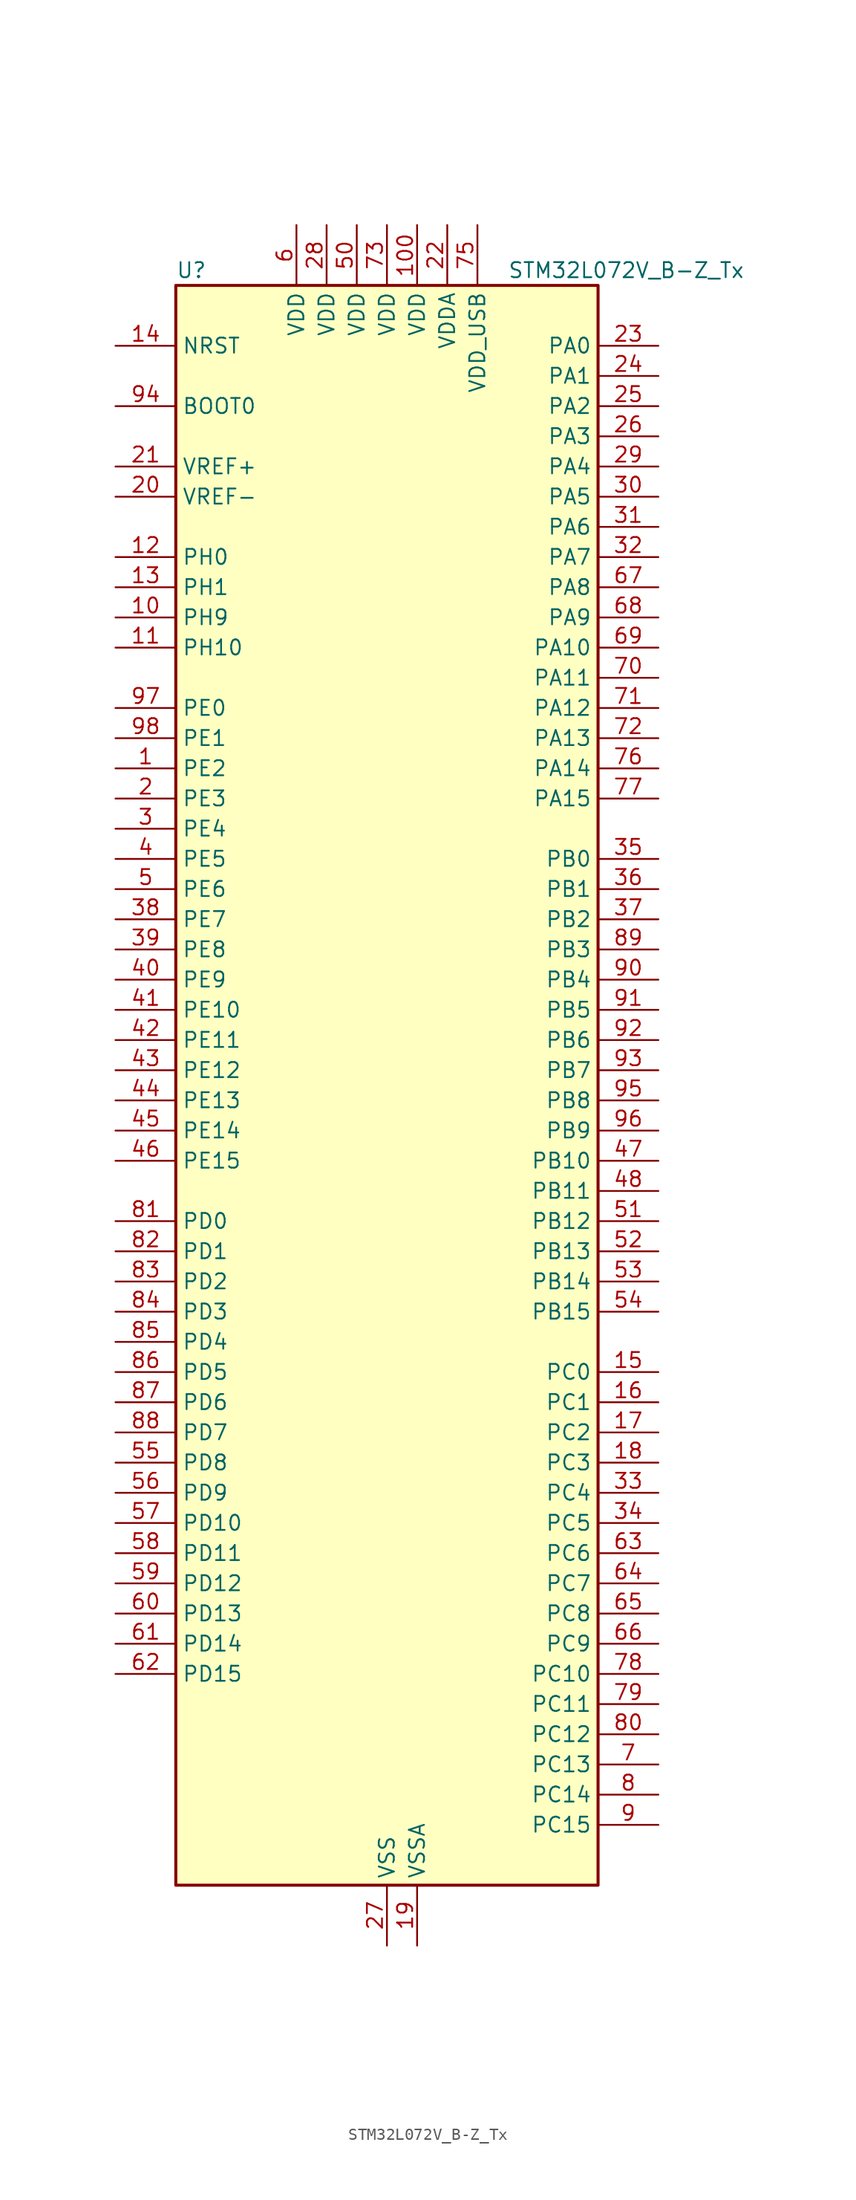
<source format=kicad_sym>
(kicad_symbol_lib
  (version 20241209)
  (generator "kicad_symbol_editor")
  (generator_version "9.0")
  (symbol "STM32L072V_B-Z_Tx"
    (property "Reference" "U"
      (at -17.78 69.85 0)
      (effects (font (size 1.27 1.27)) (justify left)))
    (property "Value" "STM32L072V_B-Z_Tx"
      (at 10.16 69.85 0)
      (effects (font (size 1.27 1.27)) (justify left)))
    (symbol "STM32L072V_B-Z_Tx_0_1"
      (rectangle (start -17.78 -66.04) (end 17.78 68.58) (stroke (width 0.254) (type default)) (fill (type background))))
    (symbol "STM32L072V_B-Z_Tx_1_1"
      (pin input line (at -22.86 63.5 0) (length 5.08) (name "NRST" (effects (font (size 1.27 1.27)))) (number "14" (effects (font (size 1.27 1.27)))))
      (pin input line (at -22.86 58.42 0) (length 5.08) (name "BOOT0" (effects (font (size 1.27 1.27)))) (number "94" (effects (font (size 1.27 1.27)))))
      (pin input line (at -22.86 53.34 0) (length 5.08) (name "VREF+" (effects (font (size 1.27 1.27)))) (number "21" (effects (font (size 1.27 1.27)))))
      (pin input line (at -22.86 50.8 0) (length 5.08) (name "VREF-" (effects (font (size 1.27 1.27)))) (number "20" (effects (font (size 1.27 1.27)))))
      (pin bidirectional line (at -22.86 45.72 0) (length 5.08) (name "PH0" (effects (font (size 1.27 1.27)))) (number "12" (effects (font (size 1.27 1.27)))) (alternate "CRS_SYNC" bidirectional line) (alternate "RCC_OSC_IN" bidirectional line))
      (pin bidirectional line (at -22.86 43.18 0) (length 5.08) (name "PH1" (effects (font (size 1.27 1.27)))) (number "13" (effects (font (size 1.27 1.27)))) (alternate "RCC_OSC_OUT" bidirectional line))
      (pin bidirectional line (at -22.86 40.64 0) (length 5.08) (name "PH9" (effects (font (size 1.27 1.27)))) (number "10" (effects (font (size 1.27 1.27)))) (alternate "DAC_EXTI9" bidirectional line))
      (pin bidirectional line (at -22.86 38.1 0) (length 5.08) (name "PH10" (effects (font (size 1.27 1.27)))) (number "11" (effects (font (size 1.27 1.27)))))
      (pin bidirectional line (at -22.86 33.02 0) (length 5.08) (name "PE0" (effects (font (size 1.27 1.27)))) (number "97" (effects (font (size 1.27 1.27)))))
      (pin bidirectional line (at -22.86 30.48 0) (length 5.08) (name "PE1" (effects (font (size 1.27 1.27)))) (number "98" (effects (font (size 1.27 1.27)))))
      (pin bidirectional line (at -22.86 27.94 0) (length 5.08) (name "PE2" (effects (font (size 1.27 1.27)))) (number "1" (effects (font (size 1.27 1.27)))) (alternate "TIM3_ETR" bidirectional line))
      (pin bidirectional line (at -22.86 25.4 0) (length 5.08) (name "PE3" (effects (font (size 1.27 1.27)))) (number "2" (effects (font (size 1.27 1.27)))) (alternate "TIM22_CH1" bidirectional line) (alternate "TIM3_CH1" bidirectional line))
      (pin bidirectional line (at -22.86 22.86 0) (length 5.08) (name "PE4" (effects (font (size 1.27 1.27)))) (number "3" (effects (font (size 1.27 1.27)))) (alternate "TIM22_CH2" bidirectional line) (alternate "TIM3_CH2" bidirectional line))
      (pin bidirectional line (at -22.86 20.32 0) (length 5.08) (name "PE5" (effects (font (size 1.27 1.27)))) (number "4" (effects (font (size 1.27 1.27)))) (alternate "TIM21_CH1" bidirectional line) (alternate "TIM3_CH3" bidirectional line))
      (pin bidirectional line (at -22.86 17.78 0) (length 5.08) (name "PE6" (effects (font (size 1.27 1.27)))) (number "5" (effects (font (size 1.27 1.27)))) (alternate "RTC_TAMP3" bidirectional line) (alternate "SYS_WKUP3" bidirectional line) (alternate "TIM21_CH2" bidirectional line) (alternate "TIM3_CH4" bidirectional line))
      (pin bidirectional line (at -22.86 15.24 0) (length 5.08) (name "PE7" (effects (font (size 1.27 1.27)))) (number "38" (effects (font (size 1.27 1.27)))) (alternate "USART5_CK" bidirectional line) (alternate "USART5_DE" bidirectional line) (alternate "USART5_RTS" bidirectional line))
      (pin bidirectional line (at -22.86 12.7 0) (length 5.08) (name "PE8" (effects (font (size 1.27 1.27)))) (number "39" (effects (font (size 1.27 1.27)))) (alternate "USART4_TX" bidirectional line))
      (pin bidirectional line (at -22.86 10.16 0) (length 5.08) (name "PE9" (effects (font (size 1.27 1.27)))) (number "40" (effects (font (size 1.27 1.27)))) (alternate "DAC_EXTI9" bidirectional line) (alternate "TIM2_CH1" bidirectional line) (alternate "TIM2_ETR" bidirectional line) (alternate "USART4_RX" bidirectional line))
      (pin bidirectional line (at -22.86 7.62 0) (length 5.08) (name "PE10" (effects (font (size 1.27 1.27)))) (number "41" (effects (font (size 1.27 1.27)))) (alternate "TIM2_CH2" bidirectional line) (alternate "USART5_TX" bidirectional line))
      (pin bidirectional line (at -22.86 5.08 0) (length 5.08) (name "PE11" (effects (font (size 1.27 1.27)))) (number "42" (effects (font (size 1.27 1.27)))) (alternate "ADC_EXTI11" bidirectional line) (alternate "TIM2_CH3" bidirectional line) (alternate "USART5_RX" bidirectional line))
      (pin bidirectional line (at -22.86 2.54 0) (length 5.08) (name "PE12" (effects (font (size 1.27 1.27)))) (number "43" (effects (font (size 1.27 1.27)))) (alternate "SPI1_NSS" bidirectional line) (alternate "TIM2_CH4" bidirectional line))
      (pin bidirectional line (at -22.86 0 0) (length 5.08) (name "PE13" (effects (font (size 1.27 1.27)))) (number "44" (effects (font (size 1.27 1.27)))) (alternate "SPI1_SCK" bidirectional line))
      (pin bidirectional line (at -22.86 -2.54 0) (length 5.08) (name "PE14" (effects (font (size 1.27 1.27)))) (number "45" (effects (font (size 1.27 1.27)))) (alternate "SPI1_MISO" bidirectional line))
      (pin bidirectional line (at -22.86 -5.08 0) (length 5.08) (name "PE15" (effects (font (size 1.27 1.27)))) (number "46" (effects (font (size 1.27 1.27)))) (alternate "SPI1_MOSI" bidirectional line))
      (pin bidirectional line (at -22.86 -10.16 0) (length 5.08) (name "PD0" (effects (font (size 1.27 1.27)))) (number "81" (effects (font (size 1.27 1.27)))) (alternate "I2S2_WS" bidirectional line) (alternate "SPI2_NSS" bidirectional line) (alternate "TIM21_CH1" bidirectional line))
      (pin bidirectional line (at -22.86 -12.7 0) (length 5.08) (name "PD1" (effects (font (size 1.27 1.27)))) (number "82" (effects (font (size 1.27 1.27)))) (alternate "I2S2_CK" bidirectional line) (alternate "SPI2_SCK" bidirectional line))
      (pin bidirectional line (at -22.86 -15.24 0) (length 5.08) (name "PD2" (effects (font (size 1.27 1.27)))) (number "83" (effects (font (size 1.27 1.27)))) (alternate "LPUART1_DE" bidirectional line) (alternate "LPUART1_RTS" bidirectional line) (alternate "TIM3_ETR" bidirectional line) (alternate "USART5_RX" bidirectional line))
      (pin bidirectional line (at -22.86 -17.78 0) (length 5.08) (name "PD3" (effects (font (size 1.27 1.27)))) (number "84" (effects (font (size 1.27 1.27)))) (alternate "I2S2_MCK" bidirectional line) (alternate "SPI2_MISO" bidirectional line) (alternate "USART2_CTS" bidirectional line))
      (pin bidirectional line (at -22.86 -20.32 0) (length 5.08) (name "PD4" (effects (font (size 1.27 1.27)))) (number "85" (effects (font (size 1.27 1.27)))) (alternate "I2S2_SD" bidirectional line) (alternate "SPI2_MOSI" bidirectional line) (alternate "USART2_DE" bidirectional line) (alternate "USART2_RTS" bidirectional line))
      (pin bidirectional line (at -22.86 -22.86 0) (length 5.08) (name "PD5" (effects (font (size 1.27 1.27)))) (number "86" (effects (font (size 1.27 1.27)))) (alternate "USART2_TX" bidirectional line))
      (pin bidirectional line (at -22.86 -25.4 0) (length 5.08) (name "PD6" (effects (font (size 1.27 1.27)))) (number "87" (effects (font (size 1.27 1.27)))) (alternate "USART2_RX" bidirectional line))
      (pin bidirectional line (at -22.86 -27.94 0) (length 5.08) (name "PD7" (effects (font (size 1.27 1.27)))) (number "88" (effects (font (size 1.27 1.27)))) (alternate "TIM21_CH2" bidirectional line) (alternate "USART2_CK" bidirectional line))
      (pin bidirectional line (at -22.86 -30.48 0) (length 5.08) (name "PD8" (effects (font (size 1.27 1.27)))) (number "55" (effects (font (size 1.27 1.27)))) (alternate "LPUART1_TX" bidirectional line))
      (pin bidirectional line (at -22.86 -33.02 0) (length 5.08) (name "PD9" (effects (font (size 1.27 1.27)))) (number "56" (effects (font (size 1.27 1.27)))) (alternate "DAC_EXTI9" bidirectional line) (alternate "LPUART1_RX" bidirectional line))
      (pin bidirectional line (at -22.86 -35.56 0) (length 5.08) (name "PD10" (effects (font (size 1.27 1.27)))) (number "57" (effects (font (size 1.27 1.27)))))
      (pin bidirectional line (at -22.86 -38.1 0) (length 5.08) (name "PD11" (effects (font (size 1.27 1.27)))) (number "58" (effects (font (size 1.27 1.27)))) (alternate "ADC_EXTI11" bidirectional line) (alternate "LPUART1_CTS" bidirectional line))
      (pin bidirectional line (at -22.86 -40.64 0) (length 5.08) (name "PD12" (effects (font (size 1.27 1.27)))) (number "59" (effects (font (size 1.27 1.27)))) (alternate "LPUART1_DE" bidirectional line) (alternate "LPUART1_RTS" bidirectional line))
      (pin bidirectional line (at -22.86 -43.18 0) (length 5.08) (name "PD13" (effects (font (size 1.27 1.27)))) (number "60" (effects (font (size 1.27 1.27)))))
      (pin bidirectional line (at -22.86 -45.72 0) (length 5.08) (name "PD14" (effects (font (size 1.27 1.27)))) (number "61" (effects (font (size 1.27 1.27)))))
      (pin bidirectional line (at -22.86 -48.26 0) (length 5.08) (name "PD15" (effects (font (size 1.27 1.27)))) (number "62" (effects (font (size 1.27 1.27)))) (alternate "CRS_SYNC" bidirectional line))
      (pin power_in line (at -7.62 73.66 270) (length 5.08) (name "VDD" (effects (font (size 1.27 1.27)))) (number "6" (effects (font (size 1.27 1.27)))))
      (pin power_in line (at -5.08 73.66 270) (length 5.08) (name "VDD" (effects (font (size 1.27 1.27)))) (number "28" (effects (font (size 1.27 1.27)))))
      (pin power_in line (at -2.54 73.66 270) (length 5.08) (name "VDD" (effects (font (size 1.27 1.27)))) (number "50" (effects (font (size 1.27 1.27)))))
      (pin power_in line (at 0 73.66 270) (length 5.08) (name "VDD" (effects (font (size 1.27 1.27)))) (number "73" (effects (font (size 1.27 1.27)))))
      (pin power_in line (at 0 -71.12 90) (length 5.08) (name "VSS" (effects (font (size 1.27 1.27)))) (number "27" (effects (font (size 1.27 1.27)))))
      (pin passive line (at 0 -71.12 90) (length 5.08) (hide yes) (name "VSS" (effects (font (size 1.27 1.27)))) (number "49" (effects (font (size 1.27 1.27)))))
      (pin passive line (at 0 -71.12 90) (length 5.08) (hide yes) (name "VSS" (effects (font (size 1.27 1.27)))) (number "74" (effects (font (size 1.27 1.27)))))
      (pin passive line (at 0 -71.12 90) (length 5.08) (hide yes) (name "VSS" (effects (font (size 1.27 1.27)))) (number "99" (effects (font (size 1.27 1.27)))))
      (pin power_in line (at 2.54 73.66 270) (length 5.08) (name "VDD" (effects (font (size 1.27 1.27)))) (number "100" (effects (font (size 1.27 1.27)))))
      (pin power_in line (at 2.54 -71.12 90) (length 5.08) (name "VSSA" (effects (font (size 1.27 1.27)))) (number "19" (effects (font (size 1.27 1.27)))))
      (pin power_in line (at 5.08 73.66 270) (length 5.08) (name "VDDA" (effects (font (size 1.27 1.27)))) (number "22" (effects (font (size 1.27 1.27)))))
      (pin power_in line (at 7.62 73.66 270) (length 5.08) (name "VDD_USB" (effects (font (size 1.27 1.27)))) (number "75" (effects (font (size 1.27 1.27)))))
      (pin bidirectional line (at 22.86 63.5 180) (length 5.08) (name "PA0" (effects (font (size 1.27 1.27)))) (number "23" (effects (font (size 1.27 1.27)))) (alternate "ADC_IN0" bidirectional line) (alternate "COMP1_INM" bidirectional line) (alternate "COMP1_OUT" bidirectional line) (alternate "RTC_TAMP2" bidirectional line) (alternate "SYS_WKUP1" bidirectional line) (alternate "TIM2_CH1" bidirectional line) (alternate "TIM2_ETR" bidirectional line) (alternate "TSC_G1_IO1" bidirectional line) (alternate "USART2_CTS" bidirectional line) (alternate "USART4_TX" bidirectional line))
      (pin bidirectional line (at 22.86 60.96 180) (length 5.08) (name "PA1" (effects (font (size 1.27 1.27)))) (number "24" (effects (font (size 1.27 1.27)))) (alternate "ADC_IN1" bidirectional line) (alternate "COMP1_INP" bidirectional line) (alternate "TIM21_ETR" bidirectional line) (alternate "TIM2_CH2" bidirectional line) (alternate "TSC_G1_IO2" bidirectional line) (alternate "USART2_DE" bidirectional line) (alternate "USART2_RTS" bidirectional line) (alternate "USART4_RX" bidirectional line))
      (pin bidirectional line (at 22.86 58.42 180) (length 5.08) (name "PA2" (effects (font (size 1.27 1.27)))) (number "25" (effects (font (size 1.27 1.27)))) (alternate "ADC_IN2" bidirectional line) (alternate "COMP2_INM" bidirectional line) (alternate "COMP2_OUT" bidirectional line) (alternate "LPUART1_TX" bidirectional line) (alternate "TIM21_CH1" bidirectional line) (alternate "TIM2_CH3" bidirectional line) (alternate "TSC_G1_IO3" bidirectional line) (alternate "USART2_TX" bidirectional line))
      (pin bidirectional line (at 22.86 55.88 180) (length 5.08) (name "PA3" (effects (font (size 1.27 1.27)))) (number "26" (effects (font (size 1.27 1.27)))) (alternate "ADC_IN3" bidirectional line) (alternate "COMP2_INP" bidirectional line) (alternate "LPUART1_RX" bidirectional line) (alternate "TIM21_CH2" bidirectional line) (alternate "TIM2_CH4" bidirectional line) (alternate "TSC_G1_IO4" bidirectional line) (alternate "USART2_RX" bidirectional line))
      (pin bidirectional line (at 22.86 53.34 180) (length 5.08) (name "PA4" (effects (font (size 1.27 1.27)))) (number "29" (effects (font (size 1.27 1.27)))) (alternate "ADC_IN4" bidirectional line) (alternate "COMP1_INM" bidirectional line) (alternate "COMP2_INM" bidirectional line) (alternate "DAC_OUT1" bidirectional line) (alternate "SPI1_NSS" bidirectional line) (alternate "TIM22_ETR" bidirectional line) (alternate "TSC_G2_IO1" bidirectional line) (alternate "USART2_CK" bidirectional line))
      (pin bidirectional line (at 22.86 50.8 180) (length 5.08) (name "PA5" (effects (font (size 1.27 1.27)))) (number "30" (effects (font (size 1.27 1.27)))) (alternate "ADC_IN5" bidirectional line) (alternate "COMP1_INM" bidirectional line) (alternate "COMP2_INM" bidirectional line) (alternate "DAC_OUT2" bidirectional line) (alternate "SPI1_SCK" bidirectional line) (alternate "TIM2_CH1" bidirectional line) (alternate "TIM2_ETR" bidirectional line) (alternate "TSC_G2_IO2" bidirectional line))
      (pin bidirectional line (at 22.86 48.26 180) (length 5.08) (name "PA6" (effects (font (size 1.27 1.27)))) (number "31" (effects (font (size 1.27 1.27)))) (alternate "ADC_IN6" bidirectional line) (alternate "COMP1_OUT" bidirectional line) (alternate "LPUART1_CTS" bidirectional line) (alternate "SPI1_MISO" bidirectional line) (alternate "TIM22_CH1" bidirectional line) (alternate "TIM3_CH1" bidirectional line) (alternate "TSC_G2_IO3" bidirectional line))
      (pin bidirectional line (at 22.86 45.72 180) (length 5.08) (name "PA7" (effects (font (size 1.27 1.27)))) (number "32" (effects (font (size 1.27 1.27)))) (alternate "ADC_IN7" bidirectional line) (alternate "COMP2_OUT" bidirectional line) (alternate "SPI1_MOSI" bidirectional line) (alternate "TIM22_CH2" bidirectional line) (alternate "TIM3_CH2" bidirectional line) (alternate "TSC_G2_IO4" bidirectional line))
      (pin bidirectional line (at 22.86 43.18 180) (length 5.08) (name "PA8" (effects (font (size 1.27 1.27)))) (number "67" (effects (font (size 1.27 1.27)))) (alternate "CRS_SYNC" bidirectional line) (alternate "I2C3_SCL" bidirectional line) (alternate "RCC_MCO" bidirectional line) (alternate "USART1_CK" bidirectional line))
      (pin bidirectional line (at 22.86 40.64 180) (length 5.08) (name "PA9" (effects (font (size 1.27 1.27)))) (number "68" (effects (font (size 1.27 1.27)))) (alternate "DAC_EXTI9" bidirectional line) (alternate "I2C1_SCL" bidirectional line) (alternate "I2C3_SMBA" bidirectional line) (alternate "RCC_MCO" bidirectional line) (alternate "TSC_G4_IO1" bidirectional line) (alternate "USART1_TX" bidirectional line))
      (pin bidirectional line (at 22.86 38.1 180) (length 5.08) (name "PA10" (effects (font (size 1.27 1.27)))) (number "69" (effects (font (size 1.27 1.27)))) (alternate "I2C1_SDA" bidirectional line) (alternate "TSC_G4_IO2" bidirectional line) (alternate "USART1_RX" bidirectional line))
      (pin bidirectional line (at 22.86 35.56 180) (length 5.08) (name "PA11" (effects (font (size 1.27 1.27)))) (number "70" (effects (font (size 1.27 1.27)))) (alternate "ADC_EXTI11" bidirectional line) (alternate "COMP1_OUT" bidirectional line) (alternate "SPI1_MISO" bidirectional line) (alternate "TSC_G4_IO3" bidirectional line) (alternate "USART1_CTS" bidirectional line) (alternate "USB_DM" bidirectional line))
      (pin bidirectional line (at 22.86 33.02 180) (length 5.08) (name "PA12" (effects (font (size 1.27 1.27)))) (number "71" (effects (font (size 1.27 1.27)))) (alternate "COMP2_OUT" bidirectional line) (alternate "SPI1_MOSI" bidirectional line) (alternate "TSC_G4_IO4" bidirectional line) (alternate "USART1_DE" bidirectional line) (alternate "USART1_RTS" bidirectional line) (alternate "USB_DP" bidirectional line))
      (pin bidirectional line (at 22.86 30.48 180) (length 5.08) (name "PA13" (effects (font (size 1.27 1.27)))) (number "72" (effects (font (size 1.27 1.27)))) (alternate "LPUART1_RX" bidirectional line) (alternate "SYS_SWDIO" bidirectional line) (alternate "USB_NOE" bidirectional line))
      (pin bidirectional line (at 22.86 27.94 180) (length 5.08) (name "PA14" (effects (font (size 1.27 1.27)))) (number "76" (effects (font (size 1.27 1.27)))) (alternate "LPUART1_TX" bidirectional line) (alternate "SYS_SWCLK" bidirectional line) (alternate "USART2_TX" bidirectional line))
      (pin bidirectional line (at 22.86 25.4 180) (length 5.08) (name "PA15" (effects (font (size 1.27 1.27)))) (number "77" (effects (font (size 1.27 1.27)))) (alternate "SPI1_NSS" bidirectional line) (alternate "TIM2_CH1" bidirectional line) (alternate "TIM2_ETR" bidirectional line) (alternate "USART2_RX" bidirectional line) (alternate "USART4_DE" bidirectional line) (alternate "USART4_RTS" bidirectional line))
      (pin bidirectional line (at 22.86 20.32 180) (length 5.08) (name "PB0" (effects (font (size 1.27 1.27)))) (number "35" (effects (font (size 1.27 1.27)))) (alternate "ADC_IN8" bidirectional line) (alternate "SYS_VREF_OUT_PB0" bidirectional line) (alternate "TIM3_CH3" bidirectional line) (alternate "TSC_G3_IO2" bidirectional line))
      (pin bidirectional line (at 22.86 17.78 180) (length 5.08) (name "PB1" (effects (font (size 1.27 1.27)))) (number "36" (effects (font (size 1.27 1.27)))) (alternate "ADC_IN9" bidirectional line) (alternate "LPUART1_DE" bidirectional line) (alternate "LPUART1_RTS" bidirectional line) (alternate "SYS_VREF_OUT_PB1" bidirectional line) (alternate "TIM3_CH4" bidirectional line) (alternate "TSC_G3_IO3" bidirectional line))
      (pin bidirectional line (at 22.86 15.24 180) (length 5.08) (name "PB2" (effects (font (size 1.27 1.27)))) (number "37" (effects (font (size 1.27 1.27)))) (alternate "I2C3_SMBA" bidirectional line) (alternate "LPTIM1_OUT" bidirectional line) (alternate "TSC_G3_IO4" bidirectional line))
      (pin bidirectional line (at 22.86 12.7 180) (length 5.08) (name "PB3" (effects (font (size 1.27 1.27)))) (number "89" (effects (font (size 1.27 1.27)))) (alternate "COMP2_INM" bidirectional line) (alternate "SPI1_SCK" bidirectional line) (alternate "TIM2_CH2" bidirectional line) (alternate "TSC_G5_IO1" bidirectional line) (alternate "USART1_DE" bidirectional line) (alternate "USART1_RTS" bidirectional line) (alternate "USART5_TX" bidirectional line))
      (pin bidirectional line (at 22.86 10.16 180) (length 5.08) (name "PB4" (effects (font (size 1.27 1.27)))) (number "90" (effects (font (size 1.27 1.27)))) (alternate "COMP2_INP" bidirectional line) (alternate "I2C3_SDA" bidirectional line) (alternate "SPI1_MISO" bidirectional line) (alternate "TIM22_CH1" bidirectional line) (alternate "TIM3_CH1" bidirectional line) (alternate "TSC_G5_IO2" bidirectional line) (alternate "USART1_CTS" bidirectional line) (alternate "USART5_RX" bidirectional line))
      (pin bidirectional line (at 22.86 7.62 180) (length 5.08) (name "PB5" (effects (font (size 1.27 1.27)))) (number "91" (effects (font (size 1.27 1.27)))) (alternate "COMP2_INP" bidirectional line) (alternate "I2C1_SMBA" bidirectional line) (alternate "LPTIM1_IN1" bidirectional line) (alternate "SPI1_MOSI" bidirectional line) (alternate "TIM22_CH2" bidirectional line) (alternate "TIM3_CH2" bidirectional line) (alternate "USART1_CK" bidirectional line) (alternate "USART5_CK" bidirectional line) (alternate "USART5_DE" bidirectional line) (alternate "USART5_RTS" bidirectional line))
      (pin bidirectional line (at 22.86 5.08 180) (length 5.08) (name "PB6" (effects (font (size 1.27 1.27)))) (number "92" (effects (font (size 1.27 1.27)))) (alternate "COMP2_INP" bidirectional line) (alternate "I2C1_SCL" bidirectional line) (alternate "LPTIM1_ETR" bidirectional line) (alternate "TSC_G5_IO3" bidirectional line) (alternate "USART1_TX" bidirectional line))
      (pin bidirectional line (at 22.86 2.54 180) (length 5.08) (name "PB7" (effects (font (size 1.27 1.27)))) (number "93" (effects (font (size 1.27 1.27)))) (alternate "COMP2_INP" bidirectional line) (alternate "I2C1_SDA" bidirectional line) (alternate "LPTIM1_IN2" bidirectional line) (alternate "SYS_PVD_IN" bidirectional line) (alternate "TSC_G5_IO4" bidirectional line) (alternate "USART1_RX" bidirectional line) (alternate "USART4_CTS" bidirectional line))
      (pin bidirectional line (at 22.86 0 180) (length 5.08) (name "PB8" (effects (font (size 1.27 1.27)))) (number "95" (effects (font (size 1.27 1.27)))) (alternate "I2C1_SCL" bidirectional line) (alternate "TSC_SYNC" bidirectional line))
      (pin bidirectional line (at 22.86 -2.54 180) (length 5.08) (name "PB9" (effects (font (size 1.27 1.27)))) (number "96" (effects (font (size 1.27 1.27)))) (alternate "DAC_EXTI9" bidirectional line) (alternate "I2C1_SDA" bidirectional line) (alternate "I2S2_WS" bidirectional line) (alternate "SPI2_NSS" bidirectional line))
      (pin bidirectional line (at 22.86 -5.08 180) (length 5.08) (name "PB10" (effects (font (size 1.27 1.27)))) (number "47" (effects (font (size 1.27 1.27)))) (alternate "I2C2_SCL" bidirectional line) (alternate "LPUART1_RX" bidirectional line) (alternate "LPUART1_TX" bidirectional line) (alternate "SPI2_SCK" bidirectional line) (alternate "TIM2_CH3" bidirectional line) (alternate "TSC_SYNC" bidirectional line))
      (pin bidirectional line (at 22.86 -7.62 180) (length 5.08) (name "PB11" (effects (font (size 1.27 1.27)))) (number "48" (effects (font (size 1.27 1.27)))) (alternate "ADC_EXTI11" bidirectional line) (alternate "I2C2_SDA" bidirectional line) (alternate "LPUART1_RX" bidirectional line) (alternate "LPUART1_TX" bidirectional line) (alternate "TIM2_CH4" bidirectional line) (alternate "TSC_G6_IO1" bidirectional line))
      (pin bidirectional line (at 22.86 -10.16 180) (length 5.08) (name "PB12" (effects (font (size 1.27 1.27)))) (number "51" (effects (font (size 1.27 1.27)))) (alternate "I2S2_WS" bidirectional line) (alternate "LPUART1_DE" bidirectional line) (alternate "LPUART1_RTS" bidirectional line) (alternate "SPI2_NSS" bidirectional line) (alternate "TSC_G6_IO2" bidirectional line))
      (pin bidirectional line (at 22.86 -12.7 180) (length 5.08) (name "PB13" (effects (font (size 1.27 1.27)))) (number "52" (effects (font (size 1.27 1.27)))) (alternate "I2C2_SCL" bidirectional line) (alternate "I2S2_CK" bidirectional line) (alternate "LPUART1_CTS" bidirectional line) (alternate "RCC_MCO" bidirectional line) (alternate "SPI2_SCK" bidirectional line) (alternate "TIM21_CH1" bidirectional line) (alternate "TSC_G6_IO3" bidirectional line))
      (pin bidirectional line (at 22.86 -15.24 180) (length 5.08) (name "PB14" (effects (font (size 1.27 1.27)))) (number "53" (effects (font (size 1.27 1.27)))) (alternate "I2C2_SDA" bidirectional line) (alternate "I2S2_MCK" bidirectional line) (alternate "LPUART1_DE" bidirectional line) (alternate "LPUART1_RTS" bidirectional line) (alternate "RTC_OUT_ALARM" bidirectional line) (alternate "RTC_OUT_CALIB" bidirectional line) (alternate "SPI2_MISO" bidirectional line) (alternate "TIM21_CH2" bidirectional line) (alternate "TSC_G6_IO4" bidirectional line))
      (pin bidirectional line (at 22.86 -17.78 180) (length 5.08) (name "PB15" (effects (font (size 1.27 1.27)))) (number "54" (effects (font (size 1.27 1.27)))) (alternate "I2S2_SD" bidirectional line) (alternate "RTC_REFIN" bidirectional line) (alternate "SPI2_MOSI" bidirectional line))
      (pin bidirectional line (at 22.86 -22.86 180) (length 5.08) (name "PC0" (effects (font (size 1.27 1.27)))) (number "15" (effects (font (size 1.27 1.27)))) (alternate "ADC_IN10" bidirectional line) (alternate "I2C3_SCL" bidirectional line) (alternate "LPTIM1_IN1" bidirectional line) (alternate "LPUART1_RX" bidirectional line) (alternate "TSC_G7_IO1" bidirectional line))
      (pin bidirectional line (at 22.86 -25.4 180) (length 5.08) (name "PC1" (effects (font (size 1.27 1.27)))) (number "16" (effects (font (size 1.27 1.27)))) (alternate "ADC_IN11" bidirectional line) (alternate "I2C3_SDA" bidirectional line) (alternate "LPTIM1_OUT" bidirectional line) (alternate "LPUART1_TX" bidirectional line) (alternate "TSC_G7_IO2" bidirectional line))
      (pin bidirectional line (at 22.86 -27.94 180) (length 5.08) (name "PC2" (effects (font (size 1.27 1.27)))) (number "17" (effects (font (size 1.27 1.27)))) (alternate "ADC_IN12" bidirectional line) (alternate "I2S2_MCK" bidirectional line) (alternate "LPTIM1_IN2" bidirectional line) (alternate "SPI2_MISO" bidirectional line) (alternate "TSC_G7_IO3" bidirectional line))
      (pin bidirectional line (at 22.86 -30.48 180) (length 5.08) (name "PC3" (effects (font (size 1.27 1.27)))) (number "18" (effects (font (size 1.27 1.27)))) (alternate "ADC_IN13" bidirectional line) (alternate "I2S2_SD" bidirectional line) (alternate "LPTIM1_ETR" bidirectional line) (alternate "SPI2_MOSI" bidirectional line) (alternate "TSC_G7_IO4" bidirectional line))
      (pin bidirectional line (at 22.86 -33.02 180) (length 5.08) (name "PC4" (effects (font (size 1.27 1.27)))) (number "33" (effects (font (size 1.27 1.27)))) (alternate "ADC_IN14" bidirectional line) (alternate "LPUART1_TX" bidirectional line))
      (pin bidirectional line (at 22.86 -35.56 180) (length 5.08) (name "PC5" (effects (font (size 1.27 1.27)))) (number "34" (effects (font (size 1.27 1.27)))) (alternate "ADC_IN15" bidirectional line) (alternate "LPUART1_RX" bidirectional line) (alternate "TSC_G3_IO1" bidirectional line))
      (pin bidirectional line (at 22.86 -38.1 180) (length 5.08) (name "PC6" (effects (font (size 1.27 1.27)))) (number "63" (effects (font (size 1.27 1.27)))) (alternate "TIM22_CH1" bidirectional line) (alternate "TIM3_CH1" bidirectional line) (alternate "TSC_G8_IO1" bidirectional line))
      (pin bidirectional line (at 22.86 -40.64 180) (length 5.08) (name "PC7" (effects (font (size 1.27 1.27)))) (number "64" (effects (font (size 1.27 1.27)))) (alternate "TIM22_CH2" bidirectional line) (alternate "TIM3_CH2" bidirectional line) (alternate "TSC_G8_IO2" bidirectional line))
      (pin bidirectional line (at 22.86 -43.18 180) (length 5.08) (name "PC8" (effects (font (size 1.27 1.27)))) (number "65" (effects (font (size 1.27 1.27)))) (alternate "TIM22_ETR" bidirectional line) (alternate "TIM3_CH3" bidirectional line) (alternate "TSC_G8_IO3" bidirectional line))
      (pin bidirectional line (at 22.86 -45.72 180) (length 5.08) (name "PC9" (effects (font (size 1.27 1.27)))) (number "66" (effects (font (size 1.27 1.27)))) (alternate "DAC_EXTI9" bidirectional line) (alternate "I2C3_SDA" bidirectional line) (alternate "TIM21_ETR" bidirectional line) (alternate "TIM3_CH4" bidirectional line) (alternate "TSC_G8_IO4" bidirectional line) (alternate "USB_NOE" bidirectional line))
      (pin bidirectional line (at 22.86 -48.26 180) (length 5.08) (name "PC10" (effects (font (size 1.27 1.27)))) (number "78" (effects (font (size 1.27 1.27)))) (alternate "LPUART1_TX" bidirectional line) (alternate "USART4_TX" bidirectional line))
      (pin bidirectional line (at 22.86 -50.8 180) (length 5.08) (name "PC11" (effects (font (size 1.27 1.27)))) (number "79" (effects (font (size 1.27 1.27)))) (alternate "ADC_EXTI11" bidirectional line) (alternate "LPUART1_RX" bidirectional line) (alternate "USART4_RX" bidirectional line))
      (pin bidirectional line (at 22.86 -53.34 180) (length 5.08) (name "PC12" (effects (font (size 1.27 1.27)))) (number "80" (effects (font (size 1.27 1.27)))) (alternate "USART4_CK" bidirectional line) (alternate "USART5_TX" bidirectional line))
      (pin bidirectional line (at 22.86 -55.88 180) (length 5.08) (name "PC13" (effects (font (size 1.27 1.27)))) (number "7" (effects (font (size 1.27 1.27)))) (alternate "RTC_OUT_ALARM" bidirectional line) (alternate "RTC_OUT_CALIB" bidirectional line) (alternate "RTC_TAMP1" bidirectional line) (alternate "RTC_TS" bidirectional line) (alternate "SYS_WKUP2" bidirectional line))
      (pin bidirectional line (at 22.86 -58.42 180) (length 5.08) (name "PC14" (effects (font (size 1.27 1.27)))) (number "8" (effects (font (size 1.27 1.27)))) (alternate "RCC_OSC32_IN" bidirectional line))
      (pin bidirectional line (at 22.86 -60.96 180) (length 5.08) (name "PC15" (effects (font (size 1.27 1.27)))) (number "9" (effects (font (size 1.27 1.27)))) (alternate "RCC_OSC32_OUT" bidirectional line)))))
</source>
